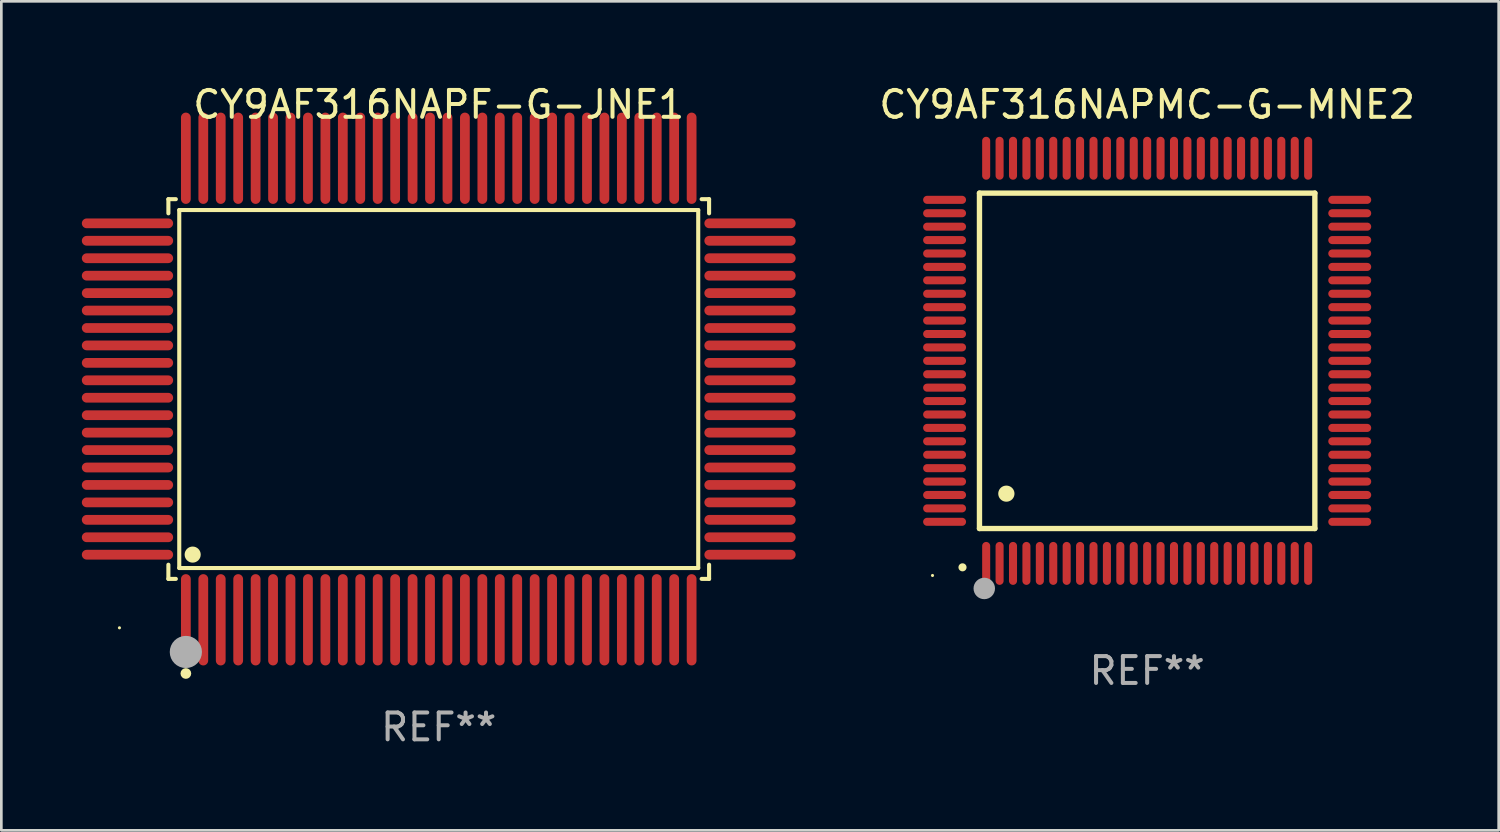
<source format=kicad_pcb>
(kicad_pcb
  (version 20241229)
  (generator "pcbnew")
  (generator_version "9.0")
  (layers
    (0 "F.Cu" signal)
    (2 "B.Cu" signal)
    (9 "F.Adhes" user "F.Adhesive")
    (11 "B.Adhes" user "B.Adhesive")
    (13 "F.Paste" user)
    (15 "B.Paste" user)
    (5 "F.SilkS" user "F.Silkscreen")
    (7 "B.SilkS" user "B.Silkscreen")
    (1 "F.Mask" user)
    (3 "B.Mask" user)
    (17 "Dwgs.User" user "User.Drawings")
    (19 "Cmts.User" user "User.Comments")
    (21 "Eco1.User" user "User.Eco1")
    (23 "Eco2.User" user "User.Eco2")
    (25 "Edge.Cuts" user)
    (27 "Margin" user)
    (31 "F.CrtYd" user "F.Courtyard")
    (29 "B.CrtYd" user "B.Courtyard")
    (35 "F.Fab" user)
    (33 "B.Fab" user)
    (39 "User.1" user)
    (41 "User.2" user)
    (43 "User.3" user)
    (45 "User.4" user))
  (footprint "CY9AF316NAPMC-G-MNE2"
    (layer "F.Cu")
    (at 39.705 10.398)
    (property "Reference" "CY9AF316NAPMC-G-MNE2" (at 0 -9.55 0) (layer "F.SilkS") (effects (font (size 1 1) (thickness 0.15))))
    (attr through_hole)
    (fp_line (start -6.25 -6.25) (end -6.25 6.25) (stroke (width 0.2) (type solid)) (layer "F.SilkS"))
    (fp_line (start -6.25 6.25) (end 6.25 6.25) (stroke (width 0.2) (type solid)) (layer "F.SilkS"))
    (fp_line (start 6.25 -6.25) (end -6.25 -6.25) (stroke (width 0.2) (type solid)) (layer "F.SilkS"))
    (fp_line (start 6.25 6.25) (end 6.25 -6.25) (stroke (width 0.2) (type solid)) (layer "F.SilkS"))
    (fp_arc (start -6.883414 7.696215) (mid -6.882144 7.69621) (end -6.880874 7.696215) (stroke (width 0.3) (type solid)) (layer "F.SilkS"))
    (fp_arc (start -5.250191 4.95047) (mid -5.247651 4.950459) (end -5.245111 4.95047) (stroke (width 0.6) (type solid)) (layer "F.SilkS"))
    (fp_circle (center -8 8) (end -7.97 8) (stroke (width 0.06) (type solid)) (fill no) (layer "F.SilkS"))
    (fp_circle (center -6.071 8.484) (end -5.871 8.484) (stroke (width 0.4) (type solid)) (fill no) (layer "F.Fab"))
    (fp_text user "REF**" (at 0 11.55 0) (layer "F.Fab") (effects (font (size 1 1) (thickness 0.15))))
    (pad "1" smd oval (at -6 7.55) (size 0.3 1.6) (layers "F.Cu" "F.Mask" "F.Paste"))
    (pad "2" smd oval (at -5.5 7.55) (size 0.3 1.6) (layers "F.Cu" "F.Mask" "F.Paste"))
    (pad "3" smd oval (at -5 7.55) (size 0.3 1.6) (layers "F.Cu" "F.Mask" "F.Paste"))
    (pad "4" smd oval (at -4.5 7.55) (size 0.3 1.6) (layers "F.Cu" "F.Mask" "F.Paste"))
    (pad "5" smd oval (at -4 7.55) (size 0.3 1.6) (layers "F.Cu" "F.Mask" "F.Paste"))
    (pad "6" smd oval (at -3.5 7.55) (size 0.3 1.6) (layers "F.Cu" "F.Mask" "F.Paste"))
    (pad "7" smd oval (at -3 7.55) (size 0.3 1.6) (layers "F.Cu" "F.Mask" "F.Paste"))
    (pad "8" smd oval (at -2.5 7.55) (size 0.3 1.6) (layers "F.Cu" "F.Mask" "F.Paste"))
    (pad "9" smd oval (at -2 7.55) (size 0.3 1.6) (layers "F.Cu" "F.Mask" "F.Paste"))
    (pad "10" smd oval (at -1.5 7.55) (size 0.3 1.6) (layers "F.Cu" "F.Mask" "F.Paste"))
    (pad "11" smd oval (at -1 7.55) (size 0.3 1.6) (layers "F.Cu" "F.Mask" "F.Paste"))
    (pad "12" smd oval (at -0.5 7.55) (size 0.3 1.6) (layers "F.Cu" "F.Mask" "F.Paste"))
    (pad "13" smd oval (at 0 7.55) (size 0.3 1.6) (layers "F.Cu" "F.Mask" "F.Paste"))
    (pad "14" smd oval (at 0.5 7.55) (size 0.3 1.6) (layers "F.Cu" "F.Mask" "F.Paste"))
    (pad "15" smd oval (at 1 7.55) (size 0.3 1.6) (layers "F.Cu" "F.Mask" "F.Paste"))
    (pad "16" smd oval (at 1.5 7.55) (size 0.3 1.6) (layers "F.Cu" "F.Mask" "F.Paste"))
    (pad "17" smd oval (at 2 7.55) (size 0.3 1.6) (layers "F.Cu" "F.Mask" "F.Paste"))
    (pad "18" smd oval (at 2.5 7.55) (size 0.3 1.6) (layers "F.Cu" "F.Mask" "F.Paste"))
    (pad "19" smd oval (at 3 7.55) (size 0.3 1.6) (layers "F.Cu" "F.Mask" "F.Paste"))
    (pad "20" smd oval (at 3.5 7.55) (size 0.3 1.6) (layers "F.Cu" "F.Mask" "F.Paste"))
    (pad "21" smd oval (at 4 7.55) (size 0.3 1.6) (layers "F.Cu" "F.Mask" "F.Paste"))
    (pad "22" smd oval (at 4.5 7.55) (size 0.3 1.6) (layers "F.Cu" "F.Mask" "F.Paste"))
    (pad "23" smd oval (at 5 7.55) (size 0.3 1.6) (layers "F.Cu" "F.Mask" "F.Paste"))
    (pad "24" smd oval (at 5.5 7.55) (size 0.3 1.6) (layers "F.Cu" "F.Mask" "F.Paste"))
    (pad "25" smd oval (at 6 7.55) (size 0.3 1.6) (layers "F.Cu" "F.Mask" "F.Paste"))
    (pad "26" smd oval (at 7.55 6) (size 1.6 0.3) (layers "F.Cu" "F.Mask" "F.Paste"))
    (pad "27" smd oval (at 7.55 5.5) (size 1.6 0.3) (layers "F.Cu" "F.Mask" "F.Paste"))
    (pad "28" smd oval (at 7.55 5) (size 1.6 0.3) (layers "F.Cu" "F.Mask" "F.Paste"))
    (pad "29" smd oval (at 7.55 4.5) (size 1.6 0.3) (layers "F.Cu" "F.Mask" "F.Paste"))
    (pad "30" smd oval (at 7.55 4) (size 1.6 0.3) (layers "F.Cu" "F.Mask" "F.Paste"))
    (pad "31" smd oval (at 7.55 3.5) (size 1.6 0.3) (layers "F.Cu" "F.Mask" "F.Paste"))
    (pad "32" smd oval (at 7.55 3) (size 1.6 0.3) (layers "F.Cu" "F.Mask" "F.Paste"))
    (pad "33" smd oval (at 7.55 2.5) (size 1.6 0.3) (layers "F.Cu" "F.Mask" "F.Paste"))
    (pad "34" smd oval (at 7.55 2) (size 1.6 0.3) (layers "F.Cu" "F.Mask" "F.Paste"))
    (pad "35" smd oval (at 7.55 1.5) (size 1.6 0.3) (layers "F.Cu" "F.Mask" "F.Paste"))
    (pad "36" smd oval (at 7.55 1) (size 1.6 0.3) (layers "F.Cu" "F.Mask" "F.Paste"))
    (pad "37" smd oval (at 7.55 0.5) (size 1.6 0.3) (layers "F.Cu" "F.Mask" "F.Paste"))
    (pad "38" smd oval (at 7.55 0) (size 1.6 0.3) (layers "F.Cu" "F.Mask" "F.Paste"))
    (pad "39" smd oval (at 7.55 -0.5) (size 1.6 0.3) (layers "F.Cu" "F.Mask" "F.Paste"))
    (pad "40" smd oval (at 7.55 -1) (size 1.6 0.3) (layers "F.Cu" "F.Mask" "F.Paste"))
    (pad "41" smd oval (at 7.55 -1.5) (size 1.6 0.3) (layers "F.Cu" "F.Mask" "F.Paste"))
    (pad "42" smd oval (at 7.55 -2) (size 1.6 0.3) (layers "F.Cu" "F.Mask" "F.Paste"))
    (pad "43" smd oval (at 7.55 -2.5) (size 1.6 0.3) (layers "F.Cu" "F.Mask" "F.Paste"))
    (pad "44" smd oval (at 7.55 -3) (size 1.6 0.3) (layers "F.Cu" "F.Mask" "F.Paste"))
    (pad "45" smd oval (at 7.55 -3.5) (size 1.6 0.3) (layers "F.Cu" "F.Mask" "F.Paste"))
    (pad "46" smd oval (at 7.55 -4) (size 1.6 0.3) (layers "F.Cu" "F.Mask" "F.Paste"))
    (pad "47" smd oval (at 7.55 -4.5) (size 1.6 0.3) (layers "F.Cu" "F.Mask" "F.Paste"))
    (pad "48" smd oval (at 7.55 -5) (size 1.6 0.3) (layers "F.Cu" "F.Mask" "F.Paste"))
    (pad "49" smd oval (at 7.55 -5.5) (size 1.6 0.3) (layers "F.Cu" "F.Mask" "F.Paste"))
    (pad "50" smd oval (at 7.55 -6) (size 1.6 0.3) (layers "F.Cu" "F.Mask" "F.Paste"))
    (pad "51" smd oval (at 6 -7.55) (size 0.3 1.6) (layers "F.Cu" "F.Mask" "F.Paste"))
    (pad "52" smd oval (at 5.5 -7.55) (size 0.3 1.6) (layers "F.Cu" "F.Mask" "F.Paste"))
    (pad "53" smd oval (at 5 -7.55) (size 0.3 1.6) (layers "F.Cu" "F.Mask" "F.Paste"))
    (pad "54" smd oval (at 4.5 -7.55) (size 0.3 1.6) (layers "F.Cu" "F.Mask" "F.Paste"))
    (pad "55" smd oval (at 4 -7.55) (size 0.3 1.6) (layers "F.Cu" "F.Mask" "F.Paste"))
    (pad "56" smd oval (at 3.5 -7.55) (size 0.3 1.6) (layers "F.Cu" "F.Mask" "F.Paste"))
    (pad "57" smd oval (at 3 -7.55) (size 0.3 1.6) (layers "F.Cu" "F.Mask" "F.Paste"))
    (pad "58" smd oval (at 2.5 -7.55) (size 0.3 1.6) (layers "F.Cu" "F.Mask" "F.Paste"))
    (pad "59" smd oval (at 2 -7.55) (size 0.3 1.6) (layers "F.Cu" "F.Mask" "F.Paste"))
    (pad "60" smd oval (at 1.5 -7.55) (size 0.3 1.6) (layers "F.Cu" "F.Mask" "F.Paste"))
    (pad "61" smd oval (at 1 -7.55) (size 0.3 1.6) (layers "F.Cu" "F.Mask" "F.Paste"))
    (pad "62" smd oval (at 0.5 -7.55) (size 0.3 1.6) (layers "F.Cu" "F.Mask" "F.Paste"))
    (pad "63" smd oval (at 0 -7.55) (size 0.3 1.6) (layers "F.Cu" "F.Mask" "F.Paste"))
    (pad "64" smd oval (at -0.5 -7.55) (size 0.3 1.6) (layers "F.Cu" "F.Mask" "F.Paste"))
    (pad "65" smd oval (at -1 -7.55) (size 0.3 1.6) (layers "F.Cu" "F.Mask" "F.Paste"))
    (pad "66" smd oval (at -1.5 -7.55) (size 0.3 1.6) (layers "F.Cu" "F.Mask" "F.Paste"))
    (pad "67" smd oval (at -2 -7.55) (size 0.3 1.6) (layers "F.Cu" "F.Mask" "F.Paste"))
    (pad "68" smd oval (at -2.5 -7.55) (size 0.3 1.6) (layers "F.Cu" "F.Mask" "F.Paste"))
    (pad "69" smd oval (at -3 -7.55) (size 0.3 1.6) (layers "F.Cu" "F.Mask" "F.Paste"))
    (pad "70" smd oval (at -3.5 -7.55) (size 0.3 1.6) (layers "F.Cu" "F.Mask" "F.Paste"))
    (pad "71" smd oval (at -4 -7.55) (size 0.3 1.6) (layers "F.Cu" "F.Mask" "F.Paste"))
    (pad "72" smd oval (at -4.5 -7.55) (size 0.3 1.6) (layers "F.Cu" "F.Mask" "F.Paste"))
    (pad "73" smd oval (at -5 -7.55) (size 0.3 1.6) (layers "F.Cu" "F.Mask" "F.Paste"))
    (pad "74" smd oval (at -5.5 -7.55) (size 0.3 1.6) (layers "F.Cu" "F.Mask" "F.Paste"))
    (pad "75" smd oval (at -6 -7.55) (size 0.3 1.6) (layers "F.Cu" "F.Mask" "F.Paste"))
    (pad "76" smd oval (at -7.55 -6) (size 1.6 0.3) (layers "F.Cu" "F.Mask" "F.Paste"))
    (pad "77" smd oval (at -7.55 -5.5) (size 1.6 0.3) (layers "F.Cu" "F.Mask" "F.Paste"))
    (pad "78" smd oval (at -7.55 -5) (size 1.6 0.3) (layers "F.Cu" "F.Mask" "F.Paste"))
    (pad "79" smd oval (at -7.55 -4.5) (size 1.6 0.3) (layers "F.Cu" "F.Mask" "F.Paste"))
    (pad "80" smd oval (at -7.55 -4) (size 1.6 0.3) (layers "F.Cu" "F.Mask" "F.Paste"))
    (pad "81" smd oval (at -7.55 -3.5) (size 1.6 0.3) (layers "F.Cu" "F.Mask" "F.Paste"))
    (pad "82" smd oval (at -7.55 -3) (size 1.6 0.3) (layers "F.Cu" "F.Mask" "F.Paste"))
    (pad "83" smd oval (at -7.55 -2.5) (size 1.6 0.3) (layers "F.Cu" "F.Mask" "F.Paste"))
    (pad "84" smd oval (at -7.55 -2) (size 1.6 0.3) (layers "F.Cu" "F.Mask" "F.Paste"))
    (pad "85" smd oval (at -7.55 -1.5) (size 1.6 0.3) (layers "F.Cu" "F.Mask" "F.Paste"))
    (pad "86" smd oval (at -7.55 -1) (size 1.6 0.3) (layers "F.Cu" "F.Mask" "F.Paste"))
    (pad "87" smd oval (at -7.55 -0.5) (size 1.6 0.3) (layers "F.Cu" "F.Mask" "F.Paste"))
    (pad "88" smd oval (at -7.55 0) (size 1.6 0.3) (layers "F.Cu" "F.Mask" "F.Paste"))
    (pad "89" smd oval (at -7.55 0.5) (size 1.6 0.3) (layers "F.Cu" "F.Mask" "F.Paste"))
    (pad "90" smd oval (at -7.55 1) (size 1.6 0.3) (layers "F.Cu" "F.Mask" "F.Paste"))
    (pad "91" smd oval (at -7.55 1.5) (size 1.6 0.3) (layers "F.Cu" "F.Mask" "F.Paste"))
    (pad "92" smd oval (at -7.55 2) (size 1.6 0.3) (layers "F.Cu" "F.Mask" "F.Paste"))
    (pad "93" smd oval (at -7.55 2.5) (size 1.6 0.3) (layers "F.Cu" "F.Mask" "F.Paste"))
    (pad "94" smd oval (at -7.55 3) (size 1.6 0.3) (layers "F.Cu" "F.Mask" "F.Paste"))
    (pad "95" smd oval (at -7.55 3.5) (size 1.6 0.3) (layers "F.Cu" "F.Mask" "F.Paste"))
    (pad "96" smd oval (at -7.55 4) (size 1.6 0.3) (layers "F.Cu" "F.Mask" "F.Paste"))
    (pad "97" smd oval (at -7.55 4.5) (size 1.6 0.3) (layers "F.Cu" "F.Mask" "F.Paste"))
    (pad "98" smd oval (at -7.55 5) (size 1.6 0.3) (layers "F.Cu" "F.Mask" "F.Paste"))
    (pad "99" smd oval (at -7.55 5.5) (size 1.6 0.3) (layers "F.Cu" "F.Mask" "F.Paste"))
    (pad "100" smd oval (at -7.55 6) (size 1.6 0.3) (layers "F.Cu" "F.Mask" "F.Paste")))
  (footprint "CY9AF316NAPF-G-JNE1"
    (layer "F.Cu")
    (at 13.302 11.449)
    (property "Reference" "CY9AF316NAPF-G-JNE1" (at 0 -10.601 0) (layer "F.SilkS") (effects (font (size 1 1) (thickness 0.15))))
    (attr through_hole)
    (fp_line (start -10.076 -7.076) (end -9.798 -7.076) (stroke (width 0.152) (type solid)) (layer "F.SilkS"))
    (fp_line (start -10.076 -6.548) (end -10.076 -7.076) (stroke (width 0.152) (type solid)) (layer "F.SilkS"))
    (fp_line (start -10.076 6.548) (end -10.076 7.076) (stroke (width 0.152) (type solid)) (layer "F.SilkS"))
    (fp_line (start -10.076 7.076) (end -9.798 7.076) (stroke (width 0.152) (type solid)) (layer "F.SilkS"))
    (fp_line (start -9.671 -6.671) (end 9.671 -6.671) (stroke (width 0.152) (type solid)) (layer "F.SilkS"))
    (fp_line (start -9.671 6.671) (end -9.671 -6.671) (stroke (width 0.152) (type solid)) (layer "F.SilkS"))
    (fp_line (start 9.671 -6.671) (end 9.671 6.671) (stroke (width 0.152) (type solid)) (layer "F.SilkS"))
    (fp_line (start 9.671 6.671) (end -9.671 6.671) (stroke (width 0.152) (type solid)) (layer "F.SilkS"))
    (fp_line (start 10.076 -7.076) (end 9.798 -7.076) (stroke (width 0.152) (type solid)) (layer "F.SilkS"))
    (fp_line (start 10.076 -6.548) (end 10.076 -7.076) (stroke (width 0.152) (type solid)) (layer "F.SilkS"))
    (fp_line (start 10.076 6.548) (end 10.076 7.076) (stroke (width 0.152) (type solid)) (layer "F.SilkS"))
    (fp_line (start 10.076 7.076) (end 9.798 7.076) (stroke (width 0.152) (type solid)) (layer "F.SilkS"))
    (fp_circle (center -11.9 8.9) (end -11.87 8.9) (stroke (width 0.06) (type solid)) (fill no) (layer "F.SilkS"))
    (fp_circle (center -9.425 10.602) (end -9.325 10.602) (stroke (width 0.2) (type solid)) (fill no) (layer "F.SilkS"))
    (fp_circle (center -9.171 6.171) (end -9.021 6.171) (stroke (width 0.3) (type solid)) (fill no) (layer "F.SilkS"))
    (fp_circle (center -9.425 9.8) (end -9.125 9.8) (stroke (width 0.6) (type solid)) (fill no) (layer "F.Fab"))
    (fp_text user "REF**" (at 0 12.601 0) (layer "F.Fab") (effects (font (size 1 1) (thickness 0.15))))
    (pad "1" smd oval (at -9.425 8.601) (size 0.364 3.402) (layers "F.Cu" "F.Mask" "F.Paste"))
    (pad "2" smd oval (at -8.775 8.601) (size 0.364 3.402) (layers "F.Cu" "F.Mask" "F.Paste"))
    (pad "3" smd oval (at -8.125 8.601) (size 0.364 3.402) (layers "F.Cu" "F.Mask" "F.Paste"))
    (pad "4" smd oval (at -7.475 8.601) (size 0.364 3.402) (layers "F.Cu" "F.Mask" "F.Paste"))
    (pad "5" smd oval (at -6.825 8.601) (size 0.364 3.402) (layers "F.Cu" "F.Mask" "F.Paste"))
    (pad "6" smd oval (at -6.175 8.601) (size 0.364 3.402) (layers "F.Cu" "F.Mask" "F.Paste"))
    (pad "7" smd oval (at -5.525 8.601) (size 0.364 3.402) (layers "F.Cu" "F.Mask" "F.Paste"))
    (pad "8" smd oval (at -4.875 8.601) (size 0.364 3.402) (layers "F.Cu" "F.Mask" "F.Paste"))
    (pad "9" smd oval (at -4.225 8.601) (size 0.364 3.402) (layers "F.Cu" "F.Mask" "F.Paste"))
    (pad "10" smd oval (at -3.575 8.601) (size 0.364 3.402) (layers "F.Cu" "F.Mask" "F.Paste"))
    (pad "11" smd oval (at -2.925 8.601) (size 0.364 3.402) (layers "F.Cu" "F.Mask" "F.Paste"))
    (pad "12" smd oval (at -2.275 8.601) (size 0.364 3.402) (layers "F.Cu" "F.Mask" "F.Paste"))
    (pad "13" smd oval (at -1.625 8.601) (size 0.364 3.402) (layers "F.Cu" "F.Mask" "F.Paste"))
    (pad "14" smd oval (at -0.975 8.601) (size 0.364 3.402) (layers "F.Cu" "F.Mask" "F.Paste"))
    (pad "15" smd oval (at -0.325 8.601) (size 0.364 3.402) (layers "F.Cu" "F.Mask" "F.Paste"))
    (pad "16" smd oval (at 0.325 8.601) (size 0.364 3.402) (layers "F.Cu" "F.Mask" "F.Paste"))
    (pad "17" smd oval (at 0.975 8.601) (size 0.364 3.402) (layers "F.Cu" "F.Mask" "F.Paste"))
    (pad "18" smd oval (at 1.625 8.601) (size 0.364 3.402) (layers "F.Cu" "F.Mask" "F.Paste"))
    (pad "19" smd oval (at 2.275 8.601) (size 0.364 3.402) (layers "F.Cu" "F.Mask" "F.Paste"))
    (pad "20" smd oval (at 2.925 8.601) (size 0.364 3.402) (layers "F.Cu" "F.Mask" "F.Paste"))
    (pad "21" smd oval (at 3.575 8.601) (size 0.364 3.402) (layers "F.Cu" "F.Mask" "F.Paste"))
    (pad "22" smd oval (at 4.225 8.601) (size 0.364 3.402) (layers "F.Cu" "F.Mask" "F.Paste"))
    (pad "23" smd oval (at 4.875 8.601) (size 0.364 3.402) (layers "F.Cu" "F.Mask" "F.Paste"))
    (pad "24" smd oval (at 5.525 8.601) (size 0.364 3.402) (layers "F.Cu" "F.Mask" "F.Paste"))
    (pad "25" smd oval (at 6.175 8.601) (size 0.364 3.402) (layers "F.Cu" "F.Mask" "F.Paste"))
    (pad "26" smd oval (at 6.825 8.601) (size 0.364 3.402) (layers "F.Cu" "F.Mask" "F.Paste"))
    (pad "27" smd oval (at 7.475 8.601) (size 0.364 3.402) (layers "F.Cu" "F.Mask" "F.Paste"))
    (pad "28" smd oval (at 8.125 8.601) (size 0.364 3.402) (layers "F.Cu" "F.Mask" "F.Paste"))
    (pad "29" smd oval (at 8.775 8.601) (size 0.364 3.402) (layers "F.Cu" "F.Mask" "F.Paste"))
    (pad "30" smd oval (at 9.425 8.601) (size 0.364 3.402) (layers "F.Cu" "F.Mask" "F.Paste"))
    (pad "31" smd oval (at 11.601 6.175) (size 3.402 0.364) (layers "F.Cu" "F.Mask" "F.Paste"))
    (pad "32" smd oval (at 11.601 5.525) (size 3.402 0.364) (layers "F.Cu" "F.Mask" "F.Paste"))
    (pad "33" smd oval (at 11.601 4.875) (size 3.402 0.364) (layers "F.Cu" "F.Mask" "F.Paste"))
    (pad "34" smd oval (at 11.601 4.225) (size 3.402 0.364) (layers "F.Cu" "F.Mask" "F.Paste"))
    (pad "35" smd oval (at 11.601 3.575) (size 3.402 0.364) (layers "F.Cu" "F.Mask" "F.Paste"))
    (pad "36" smd oval (at 11.601 2.925) (size 3.402 0.364) (layers "F.Cu" "F.Mask" "F.Paste"))
    (pad "37" smd oval (at 11.601 2.275) (size 3.402 0.364) (layers "F.Cu" "F.Mask" "F.Paste"))
    (pad "38" smd oval (at 11.601 1.625) (size 3.402 0.364) (layers "F.Cu" "F.Mask" "F.Paste"))
    (pad "39" smd oval (at 11.601 0.975) (size 3.402 0.364) (layers "F.Cu" "F.Mask" "F.Paste"))
    (pad "40" smd oval (at 11.601 0.325) (size 3.402 0.364) (layers "F.Cu" "F.Mask" "F.Paste"))
    (pad "41" smd oval (at 11.601 -0.325) (size 3.402 0.364) (layers "F.Cu" "F.Mask" "F.Paste"))
    (pad "42" smd oval (at 11.601 -0.975) (size 3.402 0.364) (layers "F.Cu" "F.Mask" "F.Paste"))
    (pad "43" smd oval (at 11.601 -1.625) (size 3.402 0.364) (layers "F.Cu" "F.Mask" "F.Paste"))
    (pad "44" smd oval (at 11.601 -2.275) (size 3.402 0.364) (layers "F.Cu" "F.Mask" "F.Paste"))
    (pad "45" smd oval (at 11.601 -2.925) (size 3.402 0.364) (layers "F.Cu" "F.Mask" "F.Paste"))
    (pad "46" smd oval (at 11.601 -3.575) (size 3.402 0.364) (layers "F.Cu" "F.Mask" "F.Paste"))
    (pad "47" smd oval (at 11.601 -4.225) (size 3.402 0.364) (layers "F.Cu" "F.Mask" "F.Paste"))
    (pad "48" smd oval (at 11.601 -4.875) (size 3.402 0.364) (layers "F.Cu" "F.Mask" "F.Paste"))
    (pad "49" smd oval (at 11.601 -5.525) (size 3.402 0.364) (layers "F.Cu" "F.Mask" "F.Paste"))
    (pad "50" smd oval (at 11.601 -6.175) (size 3.402 0.364) (layers "F.Cu" "F.Mask" "F.Paste"))
    (pad "51" smd oval (at 9.425 -8.601) (size 0.364 3.402) (layers "F.Cu" "F.Mask" "F.Paste"))
    (pad "52" smd oval (at 8.775 -8.601) (size 0.364 3.402) (layers "F.Cu" "F.Mask" "F.Paste"))
    (pad "53" smd oval (at 8.125 -8.601) (size 0.364 3.402) (layers "F.Cu" "F.Mask" "F.Paste"))
    (pad "54" smd oval (at 7.475 -8.601) (size 0.364 3.402) (layers "F.Cu" "F.Mask" "F.Paste"))
    (pad "55" smd oval (at 6.825 -8.601) (size 0.364 3.402) (layers "F.Cu" "F.Mask" "F.Paste"))
    (pad "56" smd oval (at 6.175 -8.601) (size 0.364 3.402) (layers "F.Cu" "F.Mask" "F.Paste"))
    (pad "57" smd oval (at 5.525 -8.601) (size 0.364 3.402) (layers "F.Cu" "F.Mask" "F.Paste"))
    (pad "58" smd oval (at 4.875 -8.601) (size 0.364 3.402) (layers "F.Cu" "F.Mask" "F.Paste"))
    (pad "59" smd oval (at 4.225 -8.601) (size 0.364 3.402) (layers "F.Cu" "F.Mask" "F.Paste"))
    (pad "60" smd oval (at 3.575 -8.601) (size 0.364 3.402) (layers "F.Cu" "F.Mask" "F.Paste"))
    (pad "61" smd oval (at 2.925 -8.601) (size 0.364 3.402) (layers "F.Cu" "F.Mask" "F.Paste"))
    (pad "62" smd oval (at 2.275 -8.601) (size 0.364 3.402) (layers "F.Cu" "F.Mask" "F.Paste"))
    (pad "63" smd oval (at 1.625 -8.601) (size 0.364 3.402) (layers "F.Cu" "F.Mask" "F.Paste"))
    (pad "64" smd oval (at 0.975 -8.601) (size 0.364 3.402) (layers "F.Cu" "F.Mask" "F.Paste"))
    (pad "65" smd oval (at 0.325 -8.601) (size 0.364 3.402) (layers "F.Cu" "F.Mask" "F.Paste"))
    (pad "66" smd oval (at -0.325 -8.601) (size 0.364 3.402) (layers "F.Cu" "F.Mask" "F.Paste"))
    (pad "67" smd oval (at -0.975 -8.601) (size 0.364 3.402) (layers "F.Cu" "F.Mask" "F.Paste"))
    (pad "68" smd oval (at -1.625 -8.601) (size 0.364 3.402) (layers "F.Cu" "F.Mask" "F.Paste"))
    (pad "69" smd oval (at -2.275 -8.601) (size 0.364 3.402) (layers "F.Cu" "F.Mask" "F.Paste"))
    (pad "70" smd oval (at -2.925 -8.601) (size 0.364 3.402) (layers "F.Cu" "F.Mask" "F.Paste"))
    (pad "71" smd oval (at -3.575 -8.601) (size 0.364 3.402) (layers "F.Cu" "F.Mask" "F.Paste"))
    (pad "72" smd oval (at -4.225 -8.601) (size 0.364 3.402) (layers "F.Cu" "F.Mask" "F.Paste"))
    (pad "73" smd oval (at -4.875 -8.601) (size 0.364 3.402) (layers "F.Cu" "F.Mask" "F.Paste"))
    (pad "74" smd oval (at -5.525 -8.601) (size 0.364 3.402) (layers "F.Cu" "F.Mask" "F.Paste"))
    (pad "75" smd oval (at -6.175 -8.601) (size 0.364 3.402) (layers "F.Cu" "F.Mask" "F.Paste"))
    (pad "76" smd oval (at -6.825 -8.601) (size 0.364 3.402) (layers "F.Cu" "F.Mask" "F.Paste"))
    (pad "77" smd oval (at -7.475 -8.601) (size 0.364 3.402) (layers "F.Cu" "F.Mask" "F.Paste"))
    (pad "78" smd oval (at -8.125 -8.601) (size 0.364 3.402) (layers "F.Cu" "F.Mask" "F.Paste"))
    (pad "79" smd oval (at -8.775 -8.601) (size 0.364 3.402) (layers "F.Cu" "F.Mask" "F.Paste"))
    (pad "80" smd oval (at -9.425 -8.601) (size 0.364 3.402) (layers "F.Cu" "F.Mask" "F.Paste"))
    (pad "81" smd oval (at -11.601 -6.175) (size 3.402 0.364) (layers "F.Cu" "F.Mask" "F.Paste"))
    (pad "82" smd oval (at -11.601 -5.525) (size 3.402 0.364) (layers "F.Cu" "F.Mask" "F.Paste"))
    (pad "83" smd oval (at -11.601 -4.875) (size 3.402 0.364) (layers "F.Cu" "F.Mask" "F.Paste"))
    (pad "84" smd oval (at -11.601 -4.225) (size 3.402 0.364) (layers "F.Cu" "F.Mask" "F.Paste"))
    (pad "85" smd oval (at -11.601 -3.575) (size 3.402 0.364) (layers "F.Cu" "F.Mask" "F.Paste"))
    (pad "86" smd oval (at -11.601 -2.925) (size 3.402 0.364) (layers "F.Cu" "F.Mask" "F.Paste"))
    (pad "87" smd oval (at -11.601 -2.275) (size 3.402 0.364) (layers "F.Cu" "F.Mask" "F.Paste"))
    (pad "88" smd oval (at -11.601 -1.625) (size 3.402 0.364) (layers "F.Cu" "F.Mask" "F.Paste"))
    (pad "89" smd oval (at -11.601 -0.975) (size 3.402 0.364) (layers "F.Cu" "F.Mask" "F.Paste"))
    (pad "90" smd oval (at -11.601 -0.325) (size 3.402 0.364) (layers "F.Cu" "F.Mask" "F.Paste"))
    (pad "91" smd oval (at -11.601 0.325) (size 3.402 0.364) (layers "F.Cu" "F.Mask" "F.Paste"))
    (pad "92" smd oval (at -11.601 0.975) (size 3.402 0.364) (layers "F.Cu" "F.Mask" "F.Paste"))
    (pad "93" smd oval (at -11.601 1.625) (size 3.402 0.364) (layers "F.Cu" "F.Mask" "F.Paste"))
    (pad "94" smd oval (at -11.601 2.275) (size 3.402 0.364) (layers "F.Cu" "F.Mask" "F.Paste"))
    (pad "95" smd oval (at -11.601 2.925) (size 3.402 0.364) (layers "F.Cu" "F.Mask" "F.Paste"))
    (pad "96" smd oval (at -11.601 3.575) (size 3.402 0.364) (layers "F.Cu" "F.Mask" "F.Paste"))
    (pad "97" smd oval (at -11.601 4.225) (size 3.402 0.364) (layers "F.Cu" "F.Mask" "F.Paste"))
    (pad "98" smd oval (at -11.601 4.875) (size 3.402 0.364) (layers "F.Cu" "F.Mask" "F.Paste"))
    (pad "99" smd oval (at -11.601 5.525) (size 3.402 0.364) (layers "F.Cu" "F.Mask" "F.Paste"))
    (pad "100" smd oval (at -11.601 6.175) (size 3.402 0.364) (layers "F.Cu" "F.Mask" "F.Paste")))
  (gr_rect
    (start -3 -3)
    (end 52.806 27.898)
    (stroke (width 0.1) (type default))
    (fill no)
    (layer "Edge.Cuts")))
</source>
